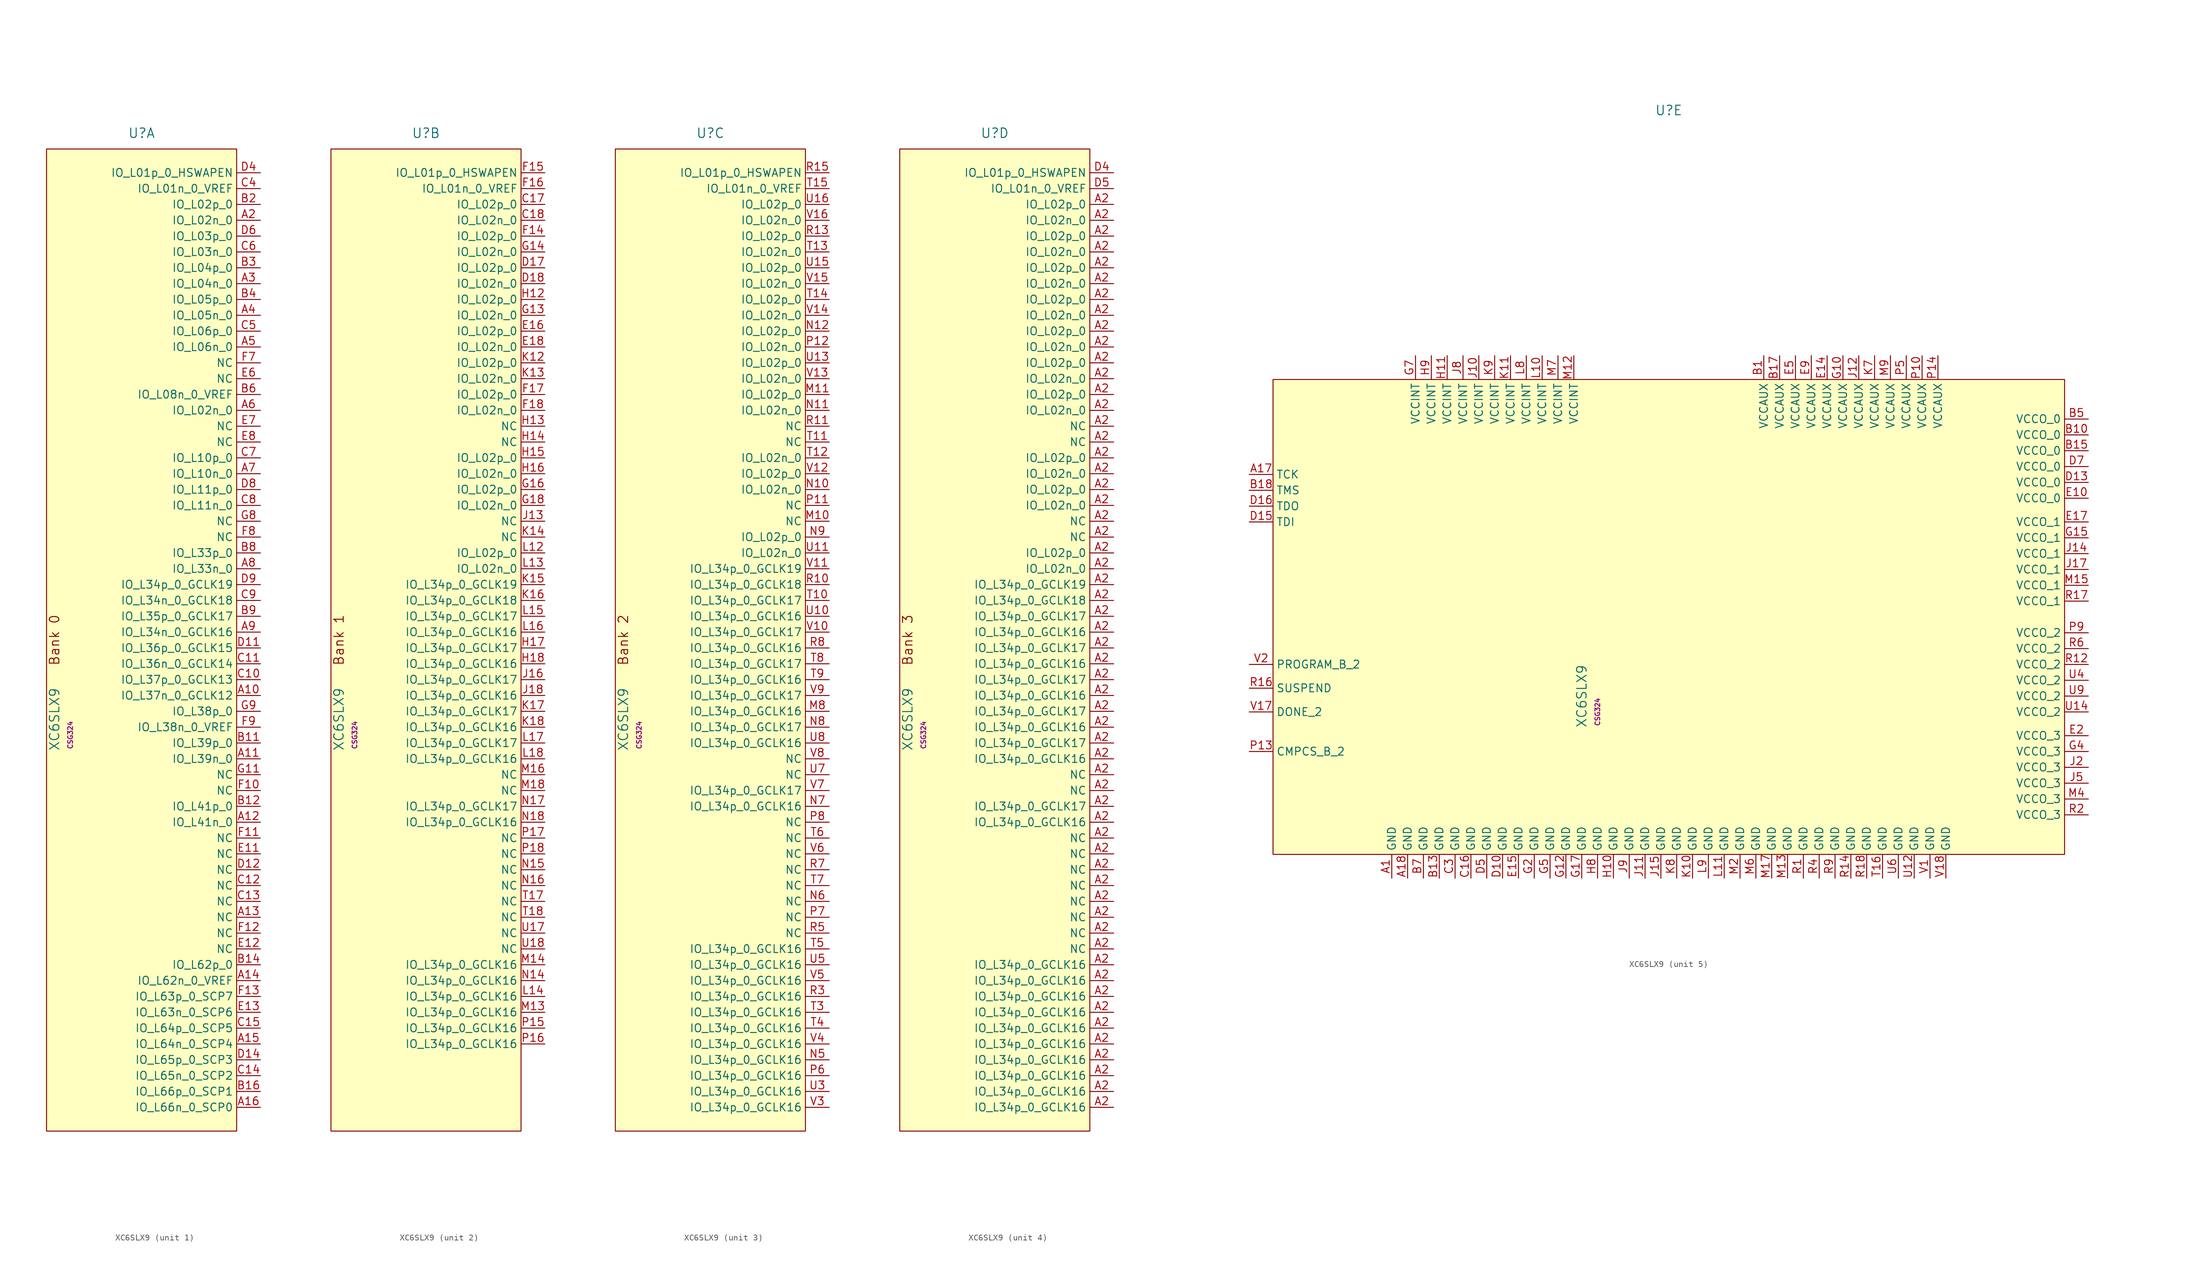
<source format=kicad_sym>
(kicad_symbol_lib
  (version 20220914)
  (generator kicad_symbol_editor)
  (symbol "XC6SLX9"
    (property "Reference" "U"
      (at 0 81.28 0)
      (effects (font (size 1.524 1.524))))
    (property "Value" "XC6SLX9"
      (at -13.97 -12.7 90)
      (effects (font (size 1.524 1.524))))
    (property "Footprint" "CSG324"
      (at -11.43 -15.24 90)
      (effects (font (size 0.762 0.762))))
    (property "Datasheet" ""
      (at 0 0 0)
      (effects (font (size 1.524 1.524))))
    (property "ki_locked" ""
      (at 0 0 0)
      (effects (font (size 1.27 1.27))))
    (symbol "XC6SLX9_1_0"
      (rectangle (start 15.24 -78.74) (end -15.24 78.74) (stroke (width 0) (type default)) (fill (type background)))
      (text "Bank 0" (at -13.97 0 900) (effects (font (size 1.524 1.524)))))
    (symbol "XC6SLX9_1_1"
      (pin input line (at 19.05 -8.89 180) (length 3.81) (name "IO_L37n_0_GCLK12" (effects (font (size 1.27 1.27)))) (number "A10" (effects (font (size 1.27 1.27)))))
      (pin input line (at 19.05 -19.05 180) (length 3.81) (name "IO_L39n_0" (effects (font (size 1.27 1.27)))) (number "A11" (effects (font (size 1.27 1.27)))))
      (pin input line (at 19.05 -29.21 180) (length 3.81) (name "IO_L41n_0" (effects (font (size 1.27 1.27)))) (number "A12" (effects (font (size 1.27 1.27)))))
      (pin input line (at 19.05 -44.45 180) (length 3.81) (name "NC" (effects (font (size 1.27 1.27)))) (number "A13" (effects (font (size 1.27 1.27)))))
      (pin input line (at 19.05 -54.61 180) (length 3.81) (name "IO_L62n_0_VREF" (effects (font (size 1.27 1.27)))) (number "A14" (effects (font (size 1.27 1.27)))))
      (pin input line (at 19.05 -64.77 180) (length 3.81) (name "IO_L64n_0_SCP4" (effects (font (size 1.27 1.27)))) (number "A15" (effects (font (size 1.27 1.27)))))
      (pin input line (at 19.05 -74.93 180) (length 3.81) (name "IO_L66n_0_SCP0" (effects (font (size 1.27 1.27)))) (number "A16" (effects (font (size 1.27 1.27)))))
      (pin input line (at 19.05 67.31 180) (length 3.81) (name "IO_L02n_0" (effects (font (size 1.27 1.27)))) (number "A2" (effects (font (size 1.27 1.27)))))
      (pin input line (at 19.05 57.15 180) (length 3.81) (name "IO_L04n_0" (effects (font (size 1.27 1.27)))) (number "A3" (effects (font (size 1.27 1.27)))))
      (pin input line (at 19.05 52.07 180) (length 3.81) (name "IO_L05n_0" (effects (font (size 1.27 1.27)))) (number "A4" (effects (font (size 1.27 1.27)))))
      (pin input line (at 19.05 46.99 180) (length 3.81) (name "IO_L06n_0" (effects (font (size 1.27 1.27)))) (number "A5" (effects (font (size 1.27 1.27)))))
      (pin input line (at 19.05 36.83 180) (length 3.81) (name "IO_L02n_0" (effects (font (size 1.27 1.27)))) (number "A6" (effects (font (size 1.27 1.27)))))
      (pin input line (at 19.05 26.67 180) (length 3.81) (name "IO_L10n_0" (effects (font (size 1.27 1.27)))) (number "A7" (effects (font (size 1.27 1.27)))))
      (pin input line (at 19.05 11.43 180) (length 3.81) (name "IO_L33n_0" (effects (font (size 1.27 1.27)))) (number "A8" (effects (font (size 1.27 1.27)))))
      (pin input line (at 19.05 1.27 180) (length 3.81) (name "IO_L34n_0_GCLK16" (effects (font (size 1.27 1.27)))) (number "A9" (effects (font (size 1.27 1.27)))))
      (pin input line (at 19.05 -16.51 180) (length 3.81) (name "IO_L39p_0" (effects (font (size 1.27 1.27)))) (number "B11" (effects (font (size 1.27 1.27)))))
      (pin input line (at 19.05 -26.67 180) (length 3.81) (name "IO_L41p_0" (effects (font (size 1.27 1.27)))) (number "B12" (effects (font (size 1.27 1.27)))))
      (pin input line (at 19.05 -52.07 180) (length 3.81) (name "IO_L62p_0" (effects (font (size 1.27 1.27)))) (number "B14" (effects (font (size 1.27 1.27)))))
      (pin input line (at 19.05 -72.39 180) (length 3.81) (name "IO_L66p_0_SCP1" (effects (font (size 1.27 1.27)))) (number "B16" (effects (font (size 1.27 1.27)))))
      (pin input line (at 19.05 69.85 180) (length 3.81) (name "IO_L02p_0" (effects (font (size 1.27 1.27)))) (number "B2" (effects (font (size 1.27 1.27)))))
      (pin input line (at 19.05 59.69 180) (length 3.81) (name "IO_L04p_0" (effects (font (size 1.27 1.27)))) (number "B3" (effects (font (size 1.27 1.27)))))
      (pin input line (at 19.05 54.61 180) (length 3.81) (name "IO_L05p_0" (effects (font (size 1.27 1.27)))) (number "B4" (effects (font (size 1.27 1.27)))))
      (pin input line (at 19.05 39.37 180) (length 3.81) (name "IO_L08n_0_VREF" (effects (font (size 1.27 1.27)))) (number "B6" (effects (font (size 1.27 1.27)))))
      (pin input line (at 19.05 13.97 180) (length 3.81) (name "IO_L33p_0" (effects (font (size 1.27 1.27)))) (number "B8" (effects (font (size 1.27 1.27)))))
      (pin input line (at 19.05 3.81 180) (length 3.81) (name "IO_L35p_0_GCLK17" (effects (font (size 1.27 1.27)))) (number "B9" (effects (font (size 1.27 1.27)))))
      (pin input line (at 19.05 -6.35 180) (length 3.81) (name "IO_L37p_0_GCLK13" (effects (font (size 1.27 1.27)))) (number "C10" (effects (font (size 1.27 1.27)))))
      (pin input line (at 19.05 -3.81 180) (length 3.81) (name "IO_L36n_0_GCLK14" (effects (font (size 1.27 1.27)))) (number "C11" (effects (font (size 1.27 1.27)))))
      (pin input line (at 19.05 -39.37 180) (length 3.81) (name "NC" (effects (font (size 1.27 1.27)))) (number "C12" (effects (font (size 1.27 1.27)))))
      (pin input line (at 19.05 -41.91 180) (length 3.81) (name "NC" (effects (font (size 1.27 1.27)))) (number "C13" (effects (font (size 1.27 1.27)))))
      (pin input line (at 19.05 -69.85 180) (length 3.81) (name "IO_L65n_0_SCP2" (effects (font (size 1.27 1.27)))) (number "C14" (effects (font (size 1.27 1.27)))))
      (pin input line (at 19.05 -62.23 180) (length 3.81) (name "IO_L64p_0_SCP5" (effects (font (size 1.27 1.27)))) (number "C15" (effects (font (size 1.27 1.27)))))
      (pin input line (at 19.05 72.39 180) (length 3.81) (name "IO_L01n_0_VREF" (effects (font (size 1.27 1.27)))) (number "C4" (effects (font (size 1.27 1.27)))))
      (pin input line (at 19.05 49.53 180) (length 3.81) (name "IO_L06p_0" (effects (font (size 1.27 1.27)))) (number "C5" (effects (font (size 1.27 1.27)))))
      (pin input line (at 19.05 62.23 180) (length 3.81) (name "IO_L03n_0" (effects (font (size 1.27 1.27)))) (number "C6" (effects (font (size 1.27 1.27)))))
      (pin input line (at 19.05 29.21 180) (length 3.81) (name "IO_L10p_0" (effects (font (size 1.27 1.27)))) (number "C7" (effects (font (size 1.27 1.27)))))
      (pin input line (at 19.05 21.59 180) (length 3.81) (name "IO_L11n_0" (effects (font (size 1.27 1.27)))) (number "C8" (effects (font (size 1.27 1.27)))))
      (pin input line (at 19.05 6.35 180) (length 3.81) (name "IO_L34n_0_GCLK18" (effects (font (size 1.27 1.27)))) (number "C9" (effects (font (size 1.27 1.27)))))
      (pin input line (at 19.05 -1.27 180) (length 3.81) (name "IO_L36p_0_GCLK15" (effects (font (size 1.27 1.27)))) (number "D11" (effects (font (size 1.27 1.27)))))
      (pin input line (at 19.05 -36.83 180) (length 3.81) (name "NC" (effects (font (size 1.27 1.27)))) (number "D12" (effects (font (size 1.27 1.27)))))
      (pin input line (at 19.05 -67.31 180) (length 3.81) (name "IO_L65p_0_SCP3" (effects (font (size 1.27 1.27)))) (number "D14" (effects (font (size 1.27 1.27)))))
      (pin input line (at 19.05 74.93 180) (length 3.81) (name "IO_L01p_0_HSWAPEN" (effects (font (size 1.27 1.27)))) (number "D4" (effects (font (size 1.27 1.27)))))
      (pin input line (at 19.05 64.77 180) (length 3.81) (name "IO_L03p_0" (effects (font (size 1.27 1.27)))) (number "D6" (effects (font (size 1.27 1.27)))))
      (pin input line (at 19.05 24.13 180) (length 3.81) (name "IO_L11p_0" (effects (font (size 1.27 1.27)))) (number "D8" (effects (font (size 1.27 1.27)))))
      (pin input line (at 19.05 8.89 180) (length 3.81) (name "IO_L34p_0_GCLK19" (effects (font (size 1.27 1.27)))) (number "D9" (effects (font (size 1.27 1.27)))))
      (pin input line (at 19.05 -34.29 180) (length 3.81) (name "NC" (effects (font (size 1.27 1.27)))) (number "E11" (effects (font (size 1.27 1.27)))))
      (pin input line (at 19.05 -49.53 180) (length 3.81) (name "NC" (effects (font (size 1.27 1.27)))) (number "E12" (effects (font (size 1.27 1.27)))))
      (pin input line (at 19.05 -59.69 180) (length 3.81) (name "IO_L63n_0_SCP6" (effects (font (size 1.27 1.27)))) (number "E13" (effects (font (size 1.27 1.27)))))
      (pin input line (at 19.05 41.91 180) (length 3.81) (name "NC" (effects (font (size 1.27 1.27)))) (number "E6" (effects (font (size 1.27 1.27)))))
      (pin input line (at 19.05 34.29 180) (length 3.81) (name "NC" (effects (font (size 1.27 1.27)))) (number "E7" (effects (font (size 1.27 1.27)))))
      (pin input line (at 19.05 31.75 180) (length 3.81) (name "NC" (effects (font (size 1.27 1.27)))) (number "E8" (effects (font (size 1.27 1.27)))))
      (pin input line (at 19.05 -24.13 180) (length 3.81) (name "NC" (effects (font (size 1.27 1.27)))) (number "F10" (effects (font (size 1.27 1.27)))))
      (pin input line (at 19.05 -31.75 180) (length 3.81) (name "NC" (effects (font (size 1.27 1.27)))) (number "F11" (effects (font (size 1.27 1.27)))))
      (pin input line (at 19.05 -46.99 180) (length 3.81) (name "NC" (effects (font (size 1.27 1.27)))) (number "F12" (effects (font (size 1.27 1.27)))))
      (pin input line (at 19.05 -57.15 180) (length 3.81) (name "IO_L63p_0_SCP7" (effects (font (size 1.27 1.27)))) (number "F13" (effects (font (size 1.27 1.27)))))
      (pin input line (at 19.05 44.45 180) (length 3.81) (name "NC" (effects (font (size 1.27 1.27)))) (number "F7" (effects (font (size 1.27 1.27)))))
      (pin input line (at 19.05 16.51 180) (length 3.81) (name "NC" (effects (font (size 1.27 1.27)))) (number "F8" (effects (font (size 1.27 1.27)))))
      (pin input line (at 19.05 -13.97 180) (length 3.81) (name "IO_L38n_0_VREF" (effects (font (size 1.27 1.27)))) (number "F9" (effects (font (size 1.27 1.27)))))
      (pin input line (at 19.05 -21.59 180) (length 3.81) (name "NC" (effects (font (size 1.27 1.27)))) (number "G11" (effects (font (size 1.27 1.27)))))
      (pin input line (at 19.05 19.05 180) (length 3.81) (name "NC" (effects (font (size 1.27 1.27)))) (number "G8" (effects (font (size 1.27 1.27)))))
      (pin input line (at 19.05 -11.43 180) (length 3.81) (name "IO_L38p_0" (effects (font (size 1.27 1.27)))) (number "G9" (effects (font (size 1.27 1.27))))))
    (symbol "XC6SLX9_2_0"
      (rectangle (start 15.24 -78.74) (end -15.24 78.74) (stroke (width 0) (type default)) (fill (type background)))
      (text "Bank 1" (at -13.97 0 900) (effects (font (size 1.524 1.524)))))
    (symbol "XC6SLX9_2_1"
      (pin input line (at 19.05 69.85 180) (length 3.81) (name "IO_L02p_0" (effects (font (size 1.27 1.27)))) (number "C17" (effects (font (size 1.27 1.27)))))
      (pin input line (at 19.05 67.31 180) (length 3.81) (name "IO_L02n_0" (effects (font (size 1.27 1.27)))) (number "C18" (effects (font (size 1.27 1.27)))))
      (pin input line (at 19.05 59.69 180) (length 3.81) (name "IO_L02p_0" (effects (font (size 1.27 1.27)))) (number "D17" (effects (font (size 1.27 1.27)))))
      (pin input line (at 19.05 57.15 180) (length 3.81) (name "IO_L02n_0" (effects (font (size 1.27 1.27)))) (number "D18" (effects (font (size 1.27 1.27)))))
      (pin input line (at 19.05 49.53 180) (length 3.81) (name "IO_L02p_0" (effects (font (size 1.27 1.27)))) (number "E16" (effects (font (size 1.27 1.27)))))
      (pin input line (at 19.05 46.99 180) (length 3.81) (name "IO_L02n_0" (effects (font (size 1.27 1.27)))) (number "E18" (effects (font (size 1.27 1.27)))))
      (pin input line (at 19.05 64.77 180) (length 3.81) (name "IO_L02p_0" (effects (font (size 1.27 1.27)))) (number "F14" (effects (font (size 1.27 1.27)))))
      (pin input line (at 19.05 74.93 180) (length 3.81) (name "IO_L01p_0_HSWAPEN" (effects (font (size 1.27 1.27)))) (number "F15" (effects (font (size 1.27 1.27)))))
      (pin input line (at 19.05 72.39 180) (length 3.81) (name "IO_L01n_0_VREF" (effects (font (size 1.27 1.27)))) (number "F16" (effects (font (size 1.27 1.27)))))
      (pin input line (at 19.05 39.37 180) (length 3.81) (name "IO_L02p_0" (effects (font (size 1.27 1.27)))) (number "F17" (effects (font (size 1.27 1.27)))))
      (pin input line (at 19.05 36.83 180) (length 3.81) (name "IO_L02n_0" (effects (font (size 1.27 1.27)))) (number "F18" (effects (font (size 1.27 1.27)))))
      (pin input line (at 19.05 52.07 180) (length 3.81) (name "IO_L02n_0" (effects (font (size 1.27 1.27)))) (number "G13" (effects (font (size 1.27 1.27)))))
      (pin input line (at 19.05 62.23 180) (length 3.81) (name "IO_L02n_0" (effects (font (size 1.27 1.27)))) (number "G14" (effects (font (size 1.27 1.27)))))
      (pin input line (at 19.05 24.13 180) (length 3.81) (name "IO_L02p_0" (effects (font (size 1.27 1.27)))) (number "G16" (effects (font (size 1.27 1.27)))))
      (pin input line (at 19.05 21.59 180) (length 3.81) (name "IO_L02n_0" (effects (font (size 1.27 1.27)))) (number "G18" (effects (font (size 1.27 1.27)))))
      (pin input line (at 19.05 54.61 180) (length 3.81) (name "IO_L02p_0" (effects (font (size 1.27 1.27)))) (number "H12" (effects (font (size 1.27 1.27)))))
      (pin input line (at 19.05 34.29 180) (length 3.81) (name "NC" (effects (font (size 1.27 1.27)))) (number "H13" (effects (font (size 1.27 1.27)))))
      (pin input line (at 19.05 31.75 180) (length 3.81) (name "NC" (effects (font (size 1.27 1.27)))) (number "H14" (effects (font (size 1.27 1.27)))))
      (pin input line (at 19.05 29.21 180) (length 3.81) (name "IO_L02p_0" (effects (font (size 1.27 1.27)))) (number "H15" (effects (font (size 1.27 1.27)))))
      (pin input line (at 19.05 26.67 180) (length 3.81) (name "IO_L02n_0" (effects (font (size 1.27 1.27)))) (number "H16" (effects (font (size 1.27 1.27)))))
      (pin input line (at 19.05 -1.27 180) (length 3.81) (name "IO_L34p_0_GCLK17" (effects (font (size 1.27 1.27)))) (number "H17" (effects (font (size 1.27 1.27)))))
      (pin input line (at 19.05 -3.81 180) (length 3.81) (name "IO_L34p_0_GCLK16" (effects (font (size 1.27 1.27)))) (number "H18" (effects (font (size 1.27 1.27)))))
      (pin input line (at 19.05 19.05 180) (length 3.81) (name "NC" (effects (font (size 1.27 1.27)))) (number "J13" (effects (font (size 1.27 1.27)))))
      (pin input line (at 19.05 -6.35 180) (length 3.81) (name "IO_L34p_0_GCLK17" (effects (font (size 1.27 1.27)))) (number "J16" (effects (font (size 1.27 1.27)))))
      (pin input line (at 19.05 -8.89 180) (length 3.81) (name "IO_L34p_0_GCLK16" (effects (font (size 1.27 1.27)))) (number "J18" (effects (font (size 1.27 1.27)))))
      (pin input line (at 19.05 44.45 180) (length 3.81) (name "IO_L02p_0" (effects (font (size 1.27 1.27)))) (number "K12" (effects (font (size 1.27 1.27)))))
      (pin input line (at 19.05 41.91 180) (length 3.81) (name "IO_L02n_0" (effects (font (size 1.27 1.27)))) (number "K13" (effects (font (size 1.27 1.27)))))
      (pin input line (at 19.05 16.51 180) (length 3.81) (name "NC" (effects (font (size 1.27 1.27)))) (number "K14" (effects (font (size 1.27 1.27)))))
      (pin input line (at 19.05 8.89 180) (length 3.81) (name "IO_L34p_0_GCLK19" (effects (font (size 1.27 1.27)))) (number "K15" (effects (font (size 1.27 1.27)))))
      (pin input line (at 19.05 6.35 180) (length 3.81) (name "IO_L34p_0_GCLK18" (effects (font (size 1.27 1.27)))) (number "K16" (effects (font (size 1.27 1.27)))))
      (pin input line (at 19.05 -11.43 180) (length 3.81) (name "IO_L34p_0_GCLK17" (effects (font (size 1.27 1.27)))) (number "K17" (effects (font (size 1.27 1.27)))))
      (pin input line (at 19.05 -13.97 180) (length 3.81) (name "IO_L34p_0_GCLK16" (effects (font (size 1.27 1.27)))) (number "K18" (effects (font (size 1.27 1.27)))))
      (pin input line (at 19.05 13.97 180) (length 3.81) (name "IO_L02p_0" (effects (font (size 1.27 1.27)))) (number "L12" (effects (font (size 1.27 1.27)))))
      (pin input line (at 19.05 11.43 180) (length 3.81) (name "IO_L02n_0" (effects (font (size 1.27 1.27)))) (number "L13" (effects (font (size 1.27 1.27)))))
      (pin input line (at 19.05 -57.15 180) (length 3.81) (name "IO_L34p_0_GCLK16" (effects (font (size 1.27 1.27)))) (number "L14" (effects (font (size 1.27 1.27)))))
      (pin input line (at 19.05 3.81 180) (length 3.81) (name "IO_L34p_0_GCLK17" (effects (font (size 1.27 1.27)))) (number "L15" (effects (font (size 1.27 1.27)))))
      (pin input line (at 19.05 1.27 180) (length 3.81) (name "IO_L34p_0_GCLK16" (effects (font (size 1.27 1.27)))) (number "L16" (effects (font (size 1.27 1.27)))))
      (pin input line (at 19.05 -16.51 180) (length 3.81) (name "IO_L34p_0_GCLK17" (effects (font (size 1.27 1.27)))) (number "L17" (effects (font (size 1.27 1.27)))))
      (pin input line (at 19.05 -19.05 180) (length 3.81) (name "IO_L34p_0_GCLK16" (effects (font (size 1.27 1.27)))) (number "L18" (effects (font (size 1.27 1.27)))))
      (pin input line (at 19.05 -59.69 180) (length 3.81) (name "IO_L34p_0_GCLK16" (effects (font (size 1.27 1.27)))) (number "M13" (effects (font (size 1.27 1.27)))))
      (pin input line (at 19.05 -52.07 180) (length 3.81) (name "IO_L34p_0_GCLK16" (effects (font (size 1.27 1.27)))) (number "M14" (effects (font (size 1.27 1.27)))))
      (pin input line (at 19.05 -21.59 180) (length 3.81) (name "NC" (effects (font (size 1.27 1.27)))) (number "M16" (effects (font (size 1.27 1.27)))))
      (pin input line (at 19.05 -24.13 180) (length 3.81) (name "NC" (effects (font (size 1.27 1.27)))) (number "M18" (effects (font (size 1.27 1.27)))))
      (pin input line (at 19.05 -54.61 180) (length 3.81) (name "IO_L34p_0_GCLK16" (effects (font (size 1.27 1.27)))) (number "N14" (effects (font (size 1.27 1.27)))))
      (pin input line (at 19.05 -36.83 180) (length 3.81) (name "NC" (effects (font (size 1.27 1.27)))) (number "N15" (effects (font (size 1.27 1.27)))))
      (pin input line (at 19.05 -39.37 180) (length 3.81) (name "NC" (effects (font (size 1.27 1.27)))) (number "N16" (effects (font (size 1.27 1.27)))))
      (pin input line (at 19.05 -26.67 180) (length 3.81) (name "IO_L34p_0_GCLK17" (effects (font (size 1.27 1.27)))) (number "N17" (effects (font (size 1.27 1.27)))))
      (pin input line (at 19.05 -29.21 180) (length 3.81) (name "IO_L34p_0_GCLK16" (effects (font (size 1.27 1.27)))) (number "N18" (effects (font (size 1.27 1.27)))))
      (pin input line (at 19.05 -62.23 180) (length 3.81) (name "IO_L34p_0_GCLK16" (effects (font (size 1.27 1.27)))) (number "P15" (effects (font (size 1.27 1.27)))))
      (pin input line (at 19.05 -64.77 180) (length 3.81) (name "IO_L34p_0_GCLK16" (effects (font (size 1.27 1.27)))) (number "P16" (effects (font (size 1.27 1.27)))))
      (pin input line (at 19.05 -31.75 180) (length 3.81) (name "NC" (effects (font (size 1.27 1.27)))) (number "P17" (effects (font (size 1.27 1.27)))))
      (pin input line (at 19.05 -34.29 180) (length 3.81) (name "NC" (effects (font (size 1.27 1.27)))) (number "P18" (effects (font (size 1.27 1.27)))))
      (pin input line (at 19.05 -41.91 180) (length 3.81) (name "NC" (effects (font (size 1.27 1.27)))) (number "T17" (effects (font (size 1.27 1.27)))))
      (pin input line (at 19.05 -44.45 180) (length 3.81) (name "NC" (effects (font (size 1.27 1.27)))) (number "T18" (effects (font (size 1.27 1.27)))))
      (pin input line (at 19.05 -46.99 180) (length 3.81) (name "NC" (effects (font (size 1.27 1.27)))) (number "U17" (effects (font (size 1.27 1.27)))))
      (pin input line (at 19.05 -49.53 180) (length 3.81) (name "NC" (effects (font (size 1.27 1.27)))) (number "U18" (effects (font (size 1.27 1.27))))))
    (symbol "XC6SLX9_3_0"
      (rectangle (start 15.24 -78.74) (end -15.24 78.74) (stroke (width 0) (type default)) (fill (type background)))
      (text "Bank 2" (at -13.97 0 900) (effects (font (size 1.524 1.524)))))
    (symbol "XC6SLX9_3_1"
      (pin input line (at 19.05 19.05 180) (length 3.81) (name "NC" (effects (font (size 1.27 1.27)))) (number "M10" (effects (font (size 1.27 1.27)))))
      (pin input line (at 19.05 39.37 180) (length 3.81) (name "IO_L02p_0" (effects (font (size 1.27 1.27)))) (number "M11" (effects (font (size 1.27 1.27)))))
      (pin input line (at 19.05 -11.43 180) (length 3.81) (name "IO_L34p_0_GCLK16" (effects (font (size 1.27 1.27)))) (number "M8" (effects (font (size 1.27 1.27)))))
      (pin input line (at 19.05 24.13 180) (length 3.81) (name "IO_L02n_0" (effects (font (size 1.27 1.27)))) (number "N10" (effects (font (size 1.27 1.27)))))
      (pin input line (at 19.05 36.83 180) (length 3.81) (name "IO_L02n_0" (effects (font (size 1.27 1.27)))) (number "N11" (effects (font (size 1.27 1.27)))))
      (pin input line (at 19.05 49.53 180) (length 3.81) (name "IO_L02p_0" (effects (font (size 1.27 1.27)))) (number "N12" (effects (font (size 1.27 1.27)))))
      (pin input line (at 19.05 -67.31 180) (length 3.81) (name "IO_L34p_0_GCLK16" (effects (font (size 1.27 1.27)))) (number "N5" (effects (font (size 1.27 1.27)))))
      (pin input line (at 19.05 -41.91 180) (length 3.81) (name "NC" (effects (font (size 1.27 1.27)))) (number "N6" (effects (font (size 1.27 1.27)))))
      (pin input line (at 19.05 -26.67 180) (length 3.81) (name "IO_L34p_0_GCLK16" (effects (font (size 1.27 1.27)))) (number "N7" (effects (font (size 1.27 1.27)))))
      (pin input line (at 19.05 -13.97 180) (length 3.81) (name "IO_L34p_0_GCLK17" (effects (font (size 1.27 1.27)))) (number "N8" (effects (font (size 1.27 1.27)))))
      (pin input line (at 19.05 16.51 180) (length 3.81) (name "IO_L02p_0" (effects (font (size 1.27 1.27)))) (number "N9" (effects (font (size 1.27 1.27)))))
      (pin input line (at 19.05 21.59 180) (length 3.81) (name "NC" (effects (font (size 1.27 1.27)))) (number "P11" (effects (font (size 1.27 1.27)))))
      (pin input line (at 19.05 46.99 180) (length 3.81) (name "IO_L02n_0" (effects (font (size 1.27 1.27)))) (number "P12" (effects (font (size 1.27 1.27)))))
      (pin input line (at 19.05 -69.85 180) (length 3.81) (name "IO_L34p_0_GCLK16" (effects (font (size 1.27 1.27)))) (number "P6" (effects (font (size 1.27 1.27)))))
      (pin input line (at 19.05 -44.45 180) (length 3.81) (name "NC" (effects (font (size 1.27 1.27)))) (number "P7" (effects (font (size 1.27 1.27)))))
      (pin input line (at 19.05 -29.21 180) (length 3.81) (name "NC" (effects (font (size 1.27 1.27)))) (number "P8" (effects (font (size 1.27 1.27)))))
      (pin input line (at 19.05 8.89 180) (length 3.81) (name "IO_L34p_0_GCLK18" (effects (font (size 1.27 1.27)))) (number "R10" (effects (font (size 1.27 1.27)))))
      (pin input line (at 19.05 34.29 180) (length 3.81) (name "NC" (effects (font (size 1.27 1.27)))) (number "R11" (effects (font (size 1.27 1.27)))))
      (pin input line (at 19.05 64.77 180) (length 3.81) (name "IO_L02p_0" (effects (font (size 1.27 1.27)))) (number "R13" (effects (font (size 1.27 1.27)))))
      (pin input line (at 19.05 74.93 180) (length 3.81) (name "IO_L01p_0_HSWAPEN" (effects (font (size 1.27 1.27)))) (number "R15" (effects (font (size 1.27 1.27)))))
      (pin input line (at 19.05 -57.15 180) (length 3.81) (name "IO_L34p_0_GCLK16" (effects (font (size 1.27 1.27)))) (number "R3" (effects (font (size 1.27 1.27)))))
      (pin input line (at 19.05 -46.99 180) (length 3.81) (name "NC" (effects (font (size 1.27 1.27)))) (number "R5" (effects (font (size 1.27 1.27)))))
      (pin input line (at 19.05 -36.83 180) (length 3.81) (name "NC" (effects (font (size 1.27 1.27)))) (number "R7" (effects (font (size 1.27 1.27)))))
      (pin input line (at 19.05 -1.27 180) (length 3.81) (name "IO_L34p_0_GCLK16" (effects (font (size 1.27 1.27)))) (number "R8" (effects (font (size 1.27 1.27)))))
      (pin input line (at 19.05 6.35 180) (length 3.81) (name "IO_L34p_0_GCLK17" (effects (font (size 1.27 1.27)))) (number "T10" (effects (font (size 1.27 1.27)))))
      (pin input line (at 19.05 31.75 180) (length 3.81) (name "NC" (effects (font (size 1.27 1.27)))) (number "T11" (effects (font (size 1.27 1.27)))))
      (pin input line (at 19.05 29.21 180) (length 3.81) (name "IO_L02n_0" (effects (font (size 1.27 1.27)))) (number "T12" (effects (font (size 1.27 1.27)))))
      (pin input line (at 19.05 62.23 180) (length 3.81) (name "IO_L02n_0" (effects (font (size 1.27 1.27)))) (number "T13" (effects (font (size 1.27 1.27)))))
      (pin input line (at 19.05 54.61 180) (length 3.81) (name "IO_L02p_0" (effects (font (size 1.27 1.27)))) (number "T14" (effects (font (size 1.27 1.27)))))
      (pin input line (at 19.05 72.39 180) (length 3.81) (name "IO_L01n_0_VREF" (effects (font (size 1.27 1.27)))) (number "T15" (effects (font (size 1.27 1.27)))))
      (pin input line (at 19.05 -59.69 180) (length 3.81) (name "IO_L34p_0_GCLK16" (effects (font (size 1.27 1.27)))) (number "T3" (effects (font (size 1.27 1.27)))))
      (pin input line (at 19.05 -62.23 180) (length 3.81) (name "IO_L34p_0_GCLK16" (effects (font (size 1.27 1.27)))) (number "T4" (effects (font (size 1.27 1.27)))))
      (pin input line (at 19.05 -49.53 180) (length 3.81) (name "IO_L34p_0_GCLK16" (effects (font (size 1.27 1.27)))) (number "T5" (effects (font (size 1.27 1.27)))))
      (pin input line (at 19.05 -31.75 180) (length 3.81) (name "NC" (effects (font (size 1.27 1.27)))) (number "T6" (effects (font (size 1.27 1.27)))))
      (pin input line (at 19.05 -39.37 180) (length 3.81) (name "NC" (effects (font (size 1.27 1.27)))) (number "T7" (effects (font (size 1.27 1.27)))))
      (pin input line (at 19.05 -3.81 180) (length 3.81) (name "IO_L34p_0_GCLK17" (effects (font (size 1.27 1.27)))) (number "T8" (effects (font (size 1.27 1.27)))))
      (pin input line (at 19.05 -6.35 180) (length 3.81) (name "IO_L34p_0_GCLK16" (effects (font (size 1.27 1.27)))) (number "T9" (effects (font (size 1.27 1.27)))))
      (pin input line (at 19.05 3.81 180) (length 3.81) (name "IO_L34p_0_GCLK16" (effects (font (size 1.27 1.27)))) (number "U10" (effects (font (size 1.27 1.27)))))
      (pin input line (at 19.05 13.97 180) (length 3.81) (name "IO_L02n_0" (effects (font (size 1.27 1.27)))) (number "U11" (effects (font (size 1.27 1.27)))))
      (pin input line (at 19.05 44.45 180) (length 3.81) (name "IO_L02p_0" (effects (font (size 1.27 1.27)))) (number "U13" (effects (font (size 1.27 1.27)))))
      (pin input line (at 19.05 59.69 180) (length 3.81) (name "IO_L02p_0" (effects (font (size 1.27 1.27)))) (number "U15" (effects (font (size 1.27 1.27)))))
      (pin input line (at 19.05 69.85 180) (length 3.81) (name "IO_L02p_0" (effects (font (size 1.27 1.27)))) (number "U16" (effects (font (size 1.27 1.27)))))
      (pin input line (at 19.05 -72.39 180) (length 3.81) (name "IO_L34p_0_GCLK16" (effects (font (size 1.27 1.27)))) (number "U3" (effects (font (size 1.27 1.27)))))
      (pin input line (at 19.05 -52.07 180) (length 3.81) (name "IO_L34p_0_GCLK16" (effects (font (size 1.27 1.27)))) (number "U5" (effects (font (size 1.27 1.27)))))
      (pin input line (at 19.05 -21.59 180) (length 3.81) (name "NC" (effects (font (size 1.27 1.27)))) (number "U7" (effects (font (size 1.27 1.27)))))
      (pin input line (at 19.05 -16.51 180) (length 3.81) (name "IO_L34p_0_GCLK16" (effects (font (size 1.27 1.27)))) (number "U8" (effects (font (size 1.27 1.27)))))
      (pin input line (at 19.05 1.27 180) (length 3.81) (name "IO_L34p_0_GCLK17" (effects (font (size 1.27 1.27)))) (number "V10" (effects (font (size 1.27 1.27)))))
      (pin input line (at 19.05 11.43 180) (length 3.81) (name "IO_L34p_0_GCLK19" (effects (font (size 1.27 1.27)))) (number "V11" (effects (font (size 1.27 1.27)))))
      (pin input line (at 19.05 26.67 180) (length 3.81) (name "IO_L02p_0" (effects (font (size 1.27 1.27)))) (number "V12" (effects (font (size 1.27 1.27)))))
      (pin input line (at 19.05 41.91 180) (length 3.81) (name "IO_L02n_0" (effects (font (size 1.27 1.27)))) (number "V13" (effects (font (size 1.27 1.27)))))
      (pin input line (at 19.05 52.07 180) (length 3.81) (name "IO_L02n_0" (effects (font (size 1.27 1.27)))) (number "V14" (effects (font (size 1.27 1.27)))))
      (pin input line (at 19.05 57.15 180) (length 3.81) (name "IO_L02n_0" (effects (font (size 1.27 1.27)))) (number "V15" (effects (font (size 1.27 1.27)))))
      (pin input line (at 19.05 67.31 180) (length 3.81) (name "IO_L02n_0" (effects (font (size 1.27 1.27)))) (number "V16" (effects (font (size 1.27 1.27)))))
      (pin input line (at 19.05 -74.93 180) (length 3.81) (name "IO_L34p_0_GCLK16" (effects (font (size 1.27 1.27)))) (number "V3" (effects (font (size 1.27 1.27)))))
      (pin input line (at 19.05 -64.77 180) (length 3.81) (name "IO_L34p_0_GCLK16" (effects (font (size 1.27 1.27)))) (number "V4" (effects (font (size 1.27 1.27)))))
      (pin input line (at 19.05 -54.61 180) (length 3.81) (name "IO_L34p_0_GCLK16" (effects (font (size 1.27 1.27)))) (number "V5" (effects (font (size 1.27 1.27)))))
      (pin input line (at 19.05 -34.29 180) (length 3.81) (name "NC" (effects (font (size 1.27 1.27)))) (number "V6" (effects (font (size 1.27 1.27)))))
      (pin input line (at 19.05 -24.13 180) (length 3.81) (name "IO_L34p_0_GCLK17" (effects (font (size 1.27 1.27)))) (number "V7" (effects (font (size 1.27 1.27)))))
      (pin input line (at 19.05 -19.05 180) (length 3.81) (name "NC" (effects (font (size 1.27 1.27)))) (number "V8" (effects (font (size 1.27 1.27)))))
      (pin input line (at 19.05 -8.89 180) (length 3.81) (name "IO_L34p_0_GCLK17" (effects (font (size 1.27 1.27)))) (number "V9" (effects (font (size 1.27 1.27))))))
    (symbol "XC6SLX9_4_0"
      (rectangle (start 15.24 -78.74) (end -15.24 78.74) (stroke (width 0) (type default)) (fill (type background)))
      (text "Bank 3" (at -13.97 0 900) (effects (font (size 1.524 1.524)))))
    (symbol "XC6SLX9_4_1"
      (pin input line (at 19.05 11.43 180) (length 3.81) (name "IO_L02n_0" (effects (font (size 1.27 1.27)))) (number "A2" (effects (font (size 1.27 1.27)))))
      (pin input line (at 19.05 21.59 180) (length 3.81) (name "IO_L02n_0" (effects (font (size 1.27 1.27)))) (number "A2" (effects (font (size 1.27 1.27)))))
      (pin input line (at 19.05 26.67 180) (length 3.81) (name "IO_L02n_0" (effects (font (size 1.27 1.27)))) (number "A2" (effects (font (size 1.27 1.27)))))
      (pin input line (at 19.05 36.83 180) (length 3.81) (name "IO_L02n_0" (effects (font (size 1.27 1.27)))) (number "A2" (effects (font (size 1.27 1.27)))))
      (pin input line (at 19.05 41.91 180) (length 3.81) (name "IO_L02n_0" (effects (font (size 1.27 1.27)))) (number "A2" (effects (font (size 1.27 1.27)))))
      (pin input line (at 19.05 46.99 180) (length 3.81) (name "IO_L02n_0" (effects (font (size 1.27 1.27)))) (number "A2" (effects (font (size 1.27 1.27)))))
      (pin input line (at 19.05 52.07 180) (length 3.81) (name "IO_L02n_0" (effects (font (size 1.27 1.27)))) (number "A2" (effects (font (size 1.27 1.27)))))
      (pin input line (at 19.05 57.15 180) (length 3.81) (name "IO_L02n_0" (effects (font (size 1.27 1.27)))) (number "A2" (effects (font (size 1.27 1.27)))))
      (pin input line (at 19.05 62.23 180) (length 3.81) (name "IO_L02n_0" (effects (font (size 1.27 1.27)))) (number "A2" (effects (font (size 1.27 1.27)))))
      (pin input line (at 19.05 67.31 180) (length 3.81) (name "IO_L02n_0" (effects (font (size 1.27 1.27)))) (number "A2" (effects (font (size 1.27 1.27)))))
      (pin input line (at 19.05 13.97 180) (length 3.81) (name "IO_L02p_0" (effects (font (size 1.27 1.27)))) (number "A2" (effects (font (size 1.27 1.27)))))
      (pin input line (at 19.05 24.13 180) (length 3.81) (name "IO_L02p_0" (effects (font (size 1.27 1.27)))) (number "A2" (effects (font (size 1.27 1.27)))))
      (pin input line (at 19.05 29.21 180) (length 3.81) (name "IO_L02p_0" (effects (font (size 1.27 1.27)))) (number "A2" (effects (font (size 1.27 1.27)))))
      (pin input line (at 19.05 39.37 180) (length 3.81) (name "IO_L02p_0" (effects (font (size 1.27 1.27)))) (number "A2" (effects (font (size 1.27 1.27)))))
      (pin input line (at 19.05 44.45 180) (length 3.81) (name "IO_L02p_0" (effects (font (size 1.27 1.27)))) (number "A2" (effects (font (size 1.27 1.27)))))
      (pin input line (at 19.05 49.53 180) (length 3.81) (name "IO_L02p_0" (effects (font (size 1.27 1.27)))) (number "A2" (effects (font (size 1.27 1.27)))))
      (pin input line (at 19.05 54.61 180) (length 3.81) (name "IO_L02p_0" (effects (font (size 1.27 1.27)))) (number "A2" (effects (font (size 1.27 1.27)))))
      (pin input line (at 19.05 59.69 180) (length 3.81) (name "IO_L02p_0" (effects (font (size 1.27 1.27)))) (number "A2" (effects (font (size 1.27 1.27)))))
      (pin input line (at 19.05 64.77 180) (length 3.81) (name "IO_L02p_0" (effects (font (size 1.27 1.27)))) (number "A2" (effects (font (size 1.27 1.27)))))
      (pin input line (at 19.05 69.85 180) (length 3.81) (name "IO_L02p_0" (effects (font (size 1.27 1.27)))) (number "A2" (effects (font (size 1.27 1.27)))))
      (pin input line (at 19.05 -74.93 180) (length 3.81) (name "IO_L34p_0_GCLK16" (effects (font (size 1.27 1.27)))) (number "A2" (effects (font (size 1.27 1.27)))))
      (pin input line (at 19.05 -72.39 180) (length 3.81) (name "IO_L34p_0_GCLK16" (effects (font (size 1.27 1.27)))) (number "A2" (effects (font (size 1.27 1.27)))))
      (pin input line (at 19.05 -69.85 180) (length 3.81) (name "IO_L34p_0_GCLK16" (effects (font (size 1.27 1.27)))) (number "A2" (effects (font (size 1.27 1.27)))))
      (pin input line (at 19.05 -67.31 180) (length 3.81) (name "IO_L34p_0_GCLK16" (effects (font (size 1.27 1.27)))) (number "A2" (effects (font (size 1.27 1.27)))))
      (pin input line (at 19.05 -64.77 180) (length 3.81) (name "IO_L34p_0_GCLK16" (effects (font (size 1.27 1.27)))) (number "A2" (effects (font (size 1.27 1.27)))))
      (pin input line (at 19.05 -62.23 180) (length 3.81) (name "IO_L34p_0_GCLK16" (effects (font (size 1.27 1.27)))) (number "A2" (effects (font (size 1.27 1.27)))))
      (pin input line (at 19.05 -59.69 180) (length 3.81) (name "IO_L34p_0_GCLK16" (effects (font (size 1.27 1.27)))) (number "A2" (effects (font (size 1.27 1.27)))))
      (pin input line (at 19.05 -57.15 180) (length 3.81) (name "IO_L34p_0_GCLK16" (effects (font (size 1.27 1.27)))) (number "A2" (effects (font (size 1.27 1.27)))))
      (pin input line (at 19.05 -54.61 180) (length 3.81) (name "IO_L34p_0_GCLK16" (effects (font (size 1.27 1.27)))) (number "A2" (effects (font (size 1.27 1.27)))))
      (pin input line (at 19.05 -52.07 180) (length 3.81) (name "IO_L34p_0_GCLK16" (effects (font (size 1.27 1.27)))) (number "A2" (effects (font (size 1.27 1.27)))))
      (pin input line (at 19.05 -29.21 180) (length 3.81) (name "IO_L34p_0_GCLK16" (effects (font (size 1.27 1.27)))) (number "A2" (effects (font (size 1.27 1.27)))))
      (pin input line (at 19.05 -19.05 180) (length 3.81) (name "IO_L34p_0_GCLK16" (effects (font (size 1.27 1.27)))) (number "A2" (effects (font (size 1.27 1.27)))))
      (pin input line (at 19.05 -13.97 180) (length 3.81) (name "IO_L34p_0_GCLK16" (effects (font (size 1.27 1.27)))) (number "A2" (effects (font (size 1.27 1.27)))))
      (pin input line (at 19.05 -8.89 180) (length 3.81) (name "IO_L34p_0_GCLK16" (effects (font (size 1.27 1.27)))) (number "A2" (effects (font (size 1.27 1.27)))))
      (pin input line (at 19.05 -3.81 180) (length 3.81) (name "IO_L34p_0_GCLK16" (effects (font (size 1.27 1.27)))) (number "A2" (effects (font (size 1.27 1.27)))))
      (pin input line (at 19.05 1.27 180) (length 3.81) (name "IO_L34p_0_GCLK16" (effects (font (size 1.27 1.27)))) (number "A2" (effects (font (size 1.27 1.27)))))
      (pin input line (at 19.05 -26.67 180) (length 3.81) (name "IO_L34p_0_GCLK17" (effects (font (size 1.27 1.27)))) (number "A2" (effects (font (size 1.27 1.27)))))
      (pin input line (at 19.05 -16.51 180) (length 3.81) (name "IO_L34p_0_GCLK17" (effects (font (size 1.27 1.27)))) (number "A2" (effects (font (size 1.27 1.27)))))
      (pin input line (at 19.05 -11.43 180) (length 3.81) (name "IO_L34p_0_GCLK17" (effects (font (size 1.27 1.27)))) (number "A2" (effects (font (size 1.27 1.27)))))
      (pin input line (at 19.05 -6.35 180) (length 3.81) (name "IO_L34p_0_GCLK17" (effects (font (size 1.27 1.27)))) (number "A2" (effects (font (size 1.27 1.27)))))
      (pin input line (at 19.05 -1.27 180) (length 3.81) (name "IO_L34p_0_GCLK17" (effects (font (size 1.27 1.27)))) (number "A2" (effects (font (size 1.27 1.27)))))
      (pin input line (at 19.05 3.81 180) (length 3.81) (name "IO_L34p_0_GCLK17" (effects (font (size 1.27 1.27)))) (number "A2" (effects (font (size 1.27 1.27)))))
      (pin input line (at 19.05 6.35 180) (length 3.81) (name "IO_L34p_0_GCLK18" (effects (font (size 1.27 1.27)))) (number "A2" (effects (font (size 1.27 1.27)))))
      (pin input line (at 19.05 8.89 180) (length 3.81) (name "IO_L34p_0_GCLK19" (effects (font (size 1.27 1.27)))) (number "A2" (effects (font (size 1.27 1.27)))))
      (pin input line (at 19.05 -49.53 180) (length 3.81) (name "NC" (effects (font (size 1.27 1.27)))) (number "A2" (effects (font (size 1.27 1.27)))))
      (pin input line (at 19.05 -46.99 180) (length 3.81) (name "NC" (effects (font (size 1.27 1.27)))) (number "A2" (effects (font (size 1.27 1.27)))))
      (pin input line (at 19.05 -44.45 180) (length 3.81) (name "NC" (effects (font (size 1.27 1.27)))) (number "A2" (effects (font (size 1.27 1.27)))))
      (pin input line (at 19.05 -41.91 180) (length 3.81) (name "NC" (effects (font (size 1.27 1.27)))) (number "A2" (effects (font (size 1.27 1.27)))))
      (pin input line (at 19.05 -39.37 180) (length 3.81) (name "NC" (effects (font (size 1.27 1.27)))) (number "A2" (effects (font (size 1.27 1.27)))))
      (pin input line (at 19.05 -36.83 180) (length 3.81) (name "NC" (effects (font (size 1.27 1.27)))) (number "A2" (effects (font (size 1.27 1.27)))))
      (pin input line (at 19.05 -34.29 180) (length 3.81) (name "NC" (effects (font (size 1.27 1.27)))) (number "A2" (effects (font (size 1.27 1.27)))))
      (pin input line (at 19.05 -31.75 180) (length 3.81) (name "NC" (effects (font (size 1.27 1.27)))) (number "A2" (effects (font (size 1.27 1.27)))))
      (pin input line (at 19.05 -24.13 180) (length 3.81) (name "NC" (effects (font (size 1.27 1.27)))) (number "A2" (effects (font (size 1.27 1.27)))))
      (pin input line (at 19.05 -21.59 180) (length 3.81) (name "NC" (effects (font (size 1.27 1.27)))) (number "A2" (effects (font (size 1.27 1.27)))))
      (pin input line (at 19.05 16.51 180) (length 3.81) (name "NC" (effects (font (size 1.27 1.27)))) (number "A2" (effects (font (size 1.27 1.27)))))
      (pin input line (at 19.05 19.05 180) (length 3.81) (name "NC" (effects (font (size 1.27 1.27)))) (number "A2" (effects (font (size 1.27 1.27)))))
      (pin input line (at 19.05 31.75 180) (length 3.81) (name "NC" (effects (font (size 1.27 1.27)))) (number "A2" (effects (font (size 1.27 1.27)))))
      (pin input line (at 19.05 34.29 180) (length 3.81) (name "NC" (effects (font (size 1.27 1.27)))) (number "A2" (effects (font (size 1.27 1.27)))))
      (pin input line (at 19.05 74.93 180) (length 3.81) (name "IO_L01p_0_HSWAPEN" (effects (font (size 1.27 1.27)))) (number "D4" (effects (font (size 1.27 1.27)))))
      (pin input line (at 19.05 72.39 180) (length 3.81) (name "IO_L01n_0_VREF" (effects (font (size 1.27 1.27)))) (number "D5" (effects (font (size 1.27 1.27))))))
    (symbol "XC6SLX9_5_0"
      (rectangle (start -63.5 38.1) (end 63.5 -38.1) (stroke (width 0) (type default)) (fill (type background))))
    (symbol "XC6SLX9_5_1"
      (pin input line (at -44.45 -41.91 90) (length 3.81) (name "GND" (effects (font (size 1.27 1.27)))) (number "A1" (effects (font (size 1.27 1.27)))))
      (pin input line (at -67.31 22.86 0) (length 3.81) (name "TCK" (effects (font (size 1.27 1.27)))) (number "A17" (effects (font (size 1.27 1.27)))))
      (pin input line (at -41.91 -41.91 90) (length 3.81) (name "GND" (effects (font (size 1.27 1.27)))) (number "A18" (effects (font (size 1.27 1.27)))))
      (pin input line (at 15.24 41.91 270) (length 3.81) (name "VCCAUX" (effects (font (size 1.27 1.27)))) (number "B1" (effects (font (size 1.27 1.27)))))
      (pin input line (at 67.31 29.21 180) (length 3.81) (name "VCCO_0" (effects (font (size 1.27 1.27)))) (number "B10" (effects (font (size 1.27 1.27)))))
      (pin input line (at -36.83 -41.91 90) (length 3.81) (name "GND" (effects (font (size 1.27 1.27)))) (number "B13" (effects (font (size 1.27 1.27)))))
      (pin input line (at 67.31 26.67 180) (length 3.81) (name "VCCO_0" (effects (font (size 1.27 1.27)))) (number "B15" (effects (font (size 1.27 1.27)))))
      (pin input line (at 17.78 41.91 270) (length 3.81) (name "VCCAUX" (effects (font (size 1.27 1.27)))) (number "B17" (effects (font (size 1.27 1.27)))))
      (pin input line (at -67.31 20.32 0) (length 3.81) (name "TMS" (effects (font (size 1.27 1.27)))) (number "B18" (effects (font (size 1.27 1.27)))))
      (pin input line (at 67.31 31.75 180) (length 3.81) (name "VCCO_0" (effects (font (size 1.27 1.27)))) (number "B5" (effects (font (size 1.27 1.27)))))
      (pin input line (at -39.37 -41.91 90) (length 3.81) (name "GND" (effects (font (size 1.27 1.27)))) (number "B7" (effects (font (size 1.27 1.27)))))
      (pin input line (at -31.75 -41.91 90) (length 3.81) (name "GND" (effects (font (size 1.27 1.27)))) (number "C16" (effects (font (size 1.27 1.27)))))
      (pin input line (at -34.29 -41.91 90) (length 3.81) (name "GND" (effects (font (size 1.27 1.27)))) (number "C3" (effects (font (size 1.27 1.27)))))
      (pin input line (at -26.67 -41.91 90) (length 3.81) (name "GND" (effects (font (size 1.27 1.27)))) (number "D10" (effects (font (size 1.27 1.27)))))
      (pin input line (at 67.31 21.59 180) (length 3.81) (name "VCCO_0" (effects (font (size 1.27 1.27)))) (number "D13" (effects (font (size 1.27 1.27)))))
      (pin input line (at -67.31 15.24 0) (length 3.81) (name "TDI" (effects (font (size 1.27 1.27)))) (number "D15" (effects (font (size 1.27 1.27)))))
      (pin input line (at -67.31 17.78 0) (length 3.81) (name "TDO" (effects (font (size 1.27 1.27)))) (number "D16" (effects (font (size 1.27 1.27)))))
      (pin input line (at -29.21 -41.91 90) (length 3.81) (name "GND" (effects (font (size 1.27 1.27)))) (number "D5" (effects (font (size 1.27 1.27)))))
      (pin input line (at 67.31 24.13 180) (length 3.81) (name "VCCO_0" (effects (font (size 1.27 1.27)))) (number "D7" (effects (font (size 1.27 1.27)))))
      (pin input line (at 67.31 19.05 180) (length 3.81) (name "VCCO_0" (effects (font (size 1.27 1.27)))) (number "E10" (effects (font (size 1.27 1.27)))))
      (pin input line (at 25.4 41.91 270) (length 3.81) (name "VCCAUX" (effects (font (size 1.27 1.27)))) (number "E14" (effects (font (size 1.27 1.27)))))
      (pin input line (at -24.13 -41.91 90) (length 3.81) (name "GND" (effects (font (size 1.27 1.27)))) (number "E15" (effects (font (size 1.27 1.27)))))
      (pin input line (at 67.31 15.24 180) (length 3.81) (name "VCCO_1" (effects (font (size 1.27 1.27)))) (number "E17" (effects (font (size 1.27 1.27)))))
      (pin input line (at 67.31 -19.05 180) (length 3.81) (name "VCCO_3" (effects (font (size 1.27 1.27)))) (number "E2" (effects (font (size 1.27 1.27)))))
      (pin input line (at 20.32 41.91 270) (length 3.81) (name "VCCAUX" (effects (font (size 1.27 1.27)))) (number "E5" (effects (font (size 1.27 1.27)))))
      (pin input line (at 22.86 41.91 270) (length 3.81) (name "VCCAUX" (effects (font (size 1.27 1.27)))) (number "E9" (effects (font (size 1.27 1.27)))))
      (pin input line (at 27.94 41.91 270) (length 3.81) (name "VCCAUX" (effects (font (size 1.27 1.27)))) (number "G10" (effects (font (size 1.27 1.27)))))
      (pin input line (at -16.51 -41.91 90) (length 3.81) (name "GND" (effects (font (size 1.27 1.27)))) (number "G12" (effects (font (size 1.27 1.27)))))
      (pin input line (at 67.31 12.7 180) (length 3.81) (name "VCCO_1" (effects (font (size 1.27 1.27)))) (number "G15" (effects (font (size 1.27 1.27)))))
      (pin input line (at -13.97 -41.91 90) (length 3.81) (name "GND" (effects (font (size 1.27 1.27)))) (number "G17" (effects (font (size 1.27 1.27)))))
      (pin input line (at -21.59 -41.91 90) (length 3.81) (name "GND" (effects (font (size 1.27 1.27)))) (number "G2" (effects (font (size 1.27 1.27)))))
      (pin input line (at 67.31 -21.59 180) (length 3.81) (name "VCCO_3" (effects (font (size 1.27 1.27)))) (number "G4" (effects (font (size 1.27 1.27)))))
      (pin input line (at -19.05 -41.91 90) (length 3.81) (name "GND" (effects (font (size 1.27 1.27)))) (number "G5" (effects (font (size 1.27 1.27)))))
      (pin input line (at -40.64 41.91 270) (length 3.81) (name "VCCINT" (effects (font (size 1.27 1.27)))) (number "G7" (effects (font (size 1.27 1.27)))))
      (pin input line (at -8.89 -41.91 90) (length 3.81) (name "GND" (effects (font (size 1.27 1.27)))) (number "H10" (effects (font (size 1.27 1.27)))))
      (pin input line (at -35.56 41.91 270) (length 3.81) (name "VCCINT" (effects (font (size 1.27 1.27)))) (number "H11" (effects (font (size 1.27 1.27)))))
      (pin input line (at -11.43 -41.91 90) (length 3.81) (name "GND" (effects (font (size 1.27 1.27)))) (number "H8" (effects (font (size 1.27 1.27)))))
      (pin input line (at -38.1 41.91 270) (length 3.81) (name "VCCINT" (effects (font (size 1.27 1.27)))) (number "H9" (effects (font (size 1.27 1.27)))))
      (pin input line (at -30.48 41.91 270) (length 3.81) (name "VCCINT" (effects (font (size 1.27 1.27)))) (number "J10" (effects (font (size 1.27 1.27)))))
      (pin input line (at -3.81 -41.91 90) (length 3.81) (name "GND" (effects (font (size 1.27 1.27)))) (number "J11" (effects (font (size 1.27 1.27)))))
      (pin input line (at 30.48 41.91 270) (length 3.81) (name "VCCAUX" (effects (font (size 1.27 1.27)))) (number "J12" (effects (font (size 1.27 1.27)))))
      (pin input line (at 67.31 10.16 180) (length 3.81) (name "VCCO_1" (effects (font (size 1.27 1.27)))) (number "J14" (effects (font (size 1.27 1.27)))))
      (pin input line (at -1.27 -41.91 90) (length 3.81) (name "GND" (effects (font (size 1.27 1.27)))) (number "J15" (effects (font (size 1.27 1.27)))))
      (pin input line (at 67.31 7.62 180) (length 3.81) (name "VCCO_1" (effects (font (size 1.27 1.27)))) (number "J17" (effects (font (size 1.27 1.27)))))
      (pin input line (at 67.31 -24.13 180) (length 3.81) (name "VCCO_3" (effects (font (size 1.27 1.27)))) (number "J2" (effects (font (size 1.27 1.27)))))
      (pin input line (at 67.31 -26.67 180) (length 3.81) (name "VCCO_3" (effects (font (size 1.27 1.27)))) (number "J5" (effects (font (size 1.27 1.27)))))
      (pin input line (at -33.02 41.91 270) (length 3.81) (name "VCCINT" (effects (font (size 1.27 1.27)))) (number "J8" (effects (font (size 1.27 1.27)))))
      (pin input line (at -6.35 -41.91 90) (length 3.81) (name "GND" (effects (font (size 1.27 1.27)))) (number "J9" (effects (font (size 1.27 1.27)))))
      (pin input line (at 3.81 -41.91 90) (length 3.81) (name "GND" (effects (font (size 1.27 1.27)))) (number "K10" (effects (font (size 1.27 1.27)))))
      (pin input line (at -25.4 41.91 270) (length 3.81) (name "VCCINT" (effects (font (size 1.27 1.27)))) (number "K11" (effects (font (size 1.27 1.27)))))
      (pin input line (at 33.02 41.91 270) (length 3.81) (name "VCCAUX" (effects (font (size 1.27 1.27)))) (number "K7" (effects (font (size 1.27 1.27)))))
      (pin input line (at 1.27 -41.91 90) (length 3.81) (name "GND" (effects (font (size 1.27 1.27)))) (number "K8" (effects (font (size 1.27 1.27)))))
      (pin input line (at -27.94 41.91 270) (length 3.81) (name "VCCINT" (effects (font (size 1.27 1.27)))) (number "K9" (effects (font (size 1.27 1.27)))))
      (pin input line (at -20.32 41.91 270) (length 3.81) (name "VCCINT" (effects (font (size 1.27 1.27)))) (number "L10" (effects (font (size 1.27 1.27)))))
      (pin input line (at 8.89 -41.91 90) (length 3.81) (name "GND" (effects (font (size 1.27 1.27)))) (number "L11" (effects (font (size 1.27 1.27)))))
      (pin input line (at -22.86 41.91 270) (length 3.81) (name "VCCINT" (effects (font (size 1.27 1.27)))) (number "L8" (effects (font (size 1.27 1.27)))))
      (pin input line (at 6.35 -41.91 90) (length 3.81) (name "GND" (effects (font (size 1.27 1.27)))) (number "L9" (effects (font (size 1.27 1.27)))))
      (pin input line (at -15.24 41.91 270) (length 3.81) (name "VCCINT" (effects (font (size 1.27 1.27)))) (number "M12" (effects (font (size 1.27 1.27)))))
      (pin input line (at 19.05 -41.91 90) (length 3.81) (name "GND" (effects (font (size 1.27 1.27)))) (number "M13" (effects (font (size 1.27 1.27)))))
      (pin input line (at 67.31 5.08 180) (length 3.81) (name "VCCO_1" (effects (font (size 1.27 1.27)))) (number "M15" (effects (font (size 1.27 1.27)))))
      (pin input line (at 16.51 -41.91 90) (length 3.81) (name "GND" (effects (font (size 1.27 1.27)))) (number "M17" (effects (font (size 1.27 1.27)))))
      (pin input line (at 11.43 -41.91 90) (length 3.81) (name "GND" (effects (font (size 1.27 1.27)))) (number "M2" (effects (font (size 1.27 1.27)))))
      (pin input line (at 67.31 -29.21 180) (length 3.81) (name "VCCO_3" (effects (font (size 1.27 1.27)))) (number "M4" (effects (font (size 1.27 1.27)))))
      (pin input line (at 13.97 -41.91 90) (length 3.81) (name "GND" (effects (font (size 1.27 1.27)))) (number "M6" (effects (font (size 1.27 1.27)))))
      (pin input line (at -17.78 41.91 270) (length 3.81) (name "VCCINT" (effects (font (size 1.27 1.27)))) (number "M7" (effects (font (size 1.27 1.27)))))
      (pin input line (at 35.56 41.91 270) (length 3.81) (name "VCCAUX" (effects (font (size 1.27 1.27)))) (number "M9" (effects (font (size 1.27 1.27)))))
      (pin input line (at 40.64 41.91 270) (length 3.81) (name "VCCAUX" (effects (font (size 1.27 1.27)))) (number "P10" (effects (font (size 1.27 1.27)))))
      (pin input line (at -67.31 -21.59 0) (length 3.81) (name "CMPCS_B_2" (effects (font (size 1.27 1.27)))) (number "P13" (effects (font (size 1.27 1.27)))))
      (pin input line (at 43.18 41.91 270) (length 3.81) (name "VCCAUX" (effects (font (size 1.27 1.27)))) (number "P14" (effects (font (size 1.27 1.27)))))
      (pin input line (at 38.1 41.91 270) (length 3.81) (name "VCCAUX" (effects (font (size 1.27 1.27)))) (number "P5" (effects (font (size 1.27 1.27)))))
      (pin input line (at 67.31 -2.54 180) (length 3.81) (name "VCCO_2" (effects (font (size 1.27 1.27)))) (number "P9" (effects (font (size 1.27 1.27)))))
      (pin input line (at 21.59 -41.91 90) (length 3.81) (name "GND" (effects (font (size 1.27 1.27)))) (number "R1" (effects (font (size 1.27 1.27)))))
      (pin input line (at 67.31 -7.62 180) (length 3.81) (name "VCCO_2" (effects (font (size 1.27 1.27)))) (number "R12" (effects (font (size 1.27 1.27)))))
      (pin input line (at 29.21 -41.91 90) (length 3.81) (name "GND" (effects (font (size 1.27 1.27)))) (number "R14" (effects (font (size 1.27 1.27)))))
      (pin input line (at -67.31 -11.43 0) (length 3.81) (name "SUSPEND" (effects (font (size 1.27 1.27)))) (number "R16" (effects (font (size 1.27 1.27)))))
      (pin input line (at 67.31 2.54 180) (length 3.81) (name "VCCO_1" (effects (font (size 1.27 1.27)))) (number "R17" (effects (font (size 1.27 1.27)))))
      (pin input line (at 31.75 -41.91 90) (length 3.81) (name "GND" (effects (font (size 1.27 1.27)))) (number "R18" (effects (font (size 1.27 1.27)))))
      (pin input line (at 67.31 -31.75 180) (length 3.81) (name "VCCO_3" (effects (font (size 1.27 1.27)))) (number "R2" (effects (font (size 1.27 1.27)))))
      (pin input line (at 24.13 -41.91 90) (length 3.81) (name "GND" (effects (font (size 1.27 1.27)))) (number "R4" (effects (font (size 1.27 1.27)))))
      (pin input line (at 67.31 -5.08 180) (length 3.81) (name "VCCO_2" (effects (font (size 1.27 1.27)))) (number "R6" (effects (font (size 1.27 1.27)))))
      (pin input line (at 26.67 -41.91 90) (length 3.81) (name "GND" (effects (font (size 1.27 1.27)))) (number "R9" (effects (font (size 1.27 1.27)))))
      (pin input line (at 34.29 -41.91 90) (length 3.81) (name "GND" (effects (font (size 1.27 1.27)))) (number "T16" (effects (font (size 1.27 1.27)))))
      (pin input line (at 39.37 -41.91 90) (length 3.81) (name "GND" (effects (font (size 1.27 1.27)))) (number "U12" (effects (font (size 1.27 1.27)))))
      (pin input line (at 67.31 -15.24 180) (length 3.81) (name "VCCO_2" (effects (font (size 1.27 1.27)))) (number "U14" (effects (font (size 1.27 1.27)))))
      (pin input line (at 67.31 -10.16 180) (length 3.81) (name "VCCO_2" (effects (font (size 1.27 1.27)))) (number "U4" (effects (font (size 1.27 1.27)))))
      (pin input line (at 36.83 -41.91 90) (length 3.81) (name "GND" (effects (font (size 1.27 1.27)))) (number "U6" (effects (font (size 1.27 1.27)))))
      (pin input line (at 67.31 -12.7 180) (length 3.81) (name "VCCO_2" (effects (font (size 1.27 1.27)))) (number "U9" (effects (font (size 1.27 1.27)))))
      (pin input line (at 41.91 -41.91 90) (length 3.81) (name "GND" (effects (font (size 1.27 1.27)))) (number "V1" (effects (font (size 1.27 1.27)))))
      (pin input line (at -67.31 -15.24 0) (length 3.81) (name "DONE_2" (effects (font (size 1.27 1.27)))) (number "V17" (effects (font (size 1.27 1.27)))))
      (pin input line (at 44.45 -41.91 90) (length 3.81) (name "GND" (effects (font (size 1.27 1.27)))) (number "V18" (effects (font (size 1.27 1.27)))))
      (pin input line (at -67.31 -7.62 0) (length 3.81) (name "PROGRAM_B_2" (effects (font (size 1.27 1.27)))) (number "V2" (effects (font (size 1.27 1.27))))))))
</source>
